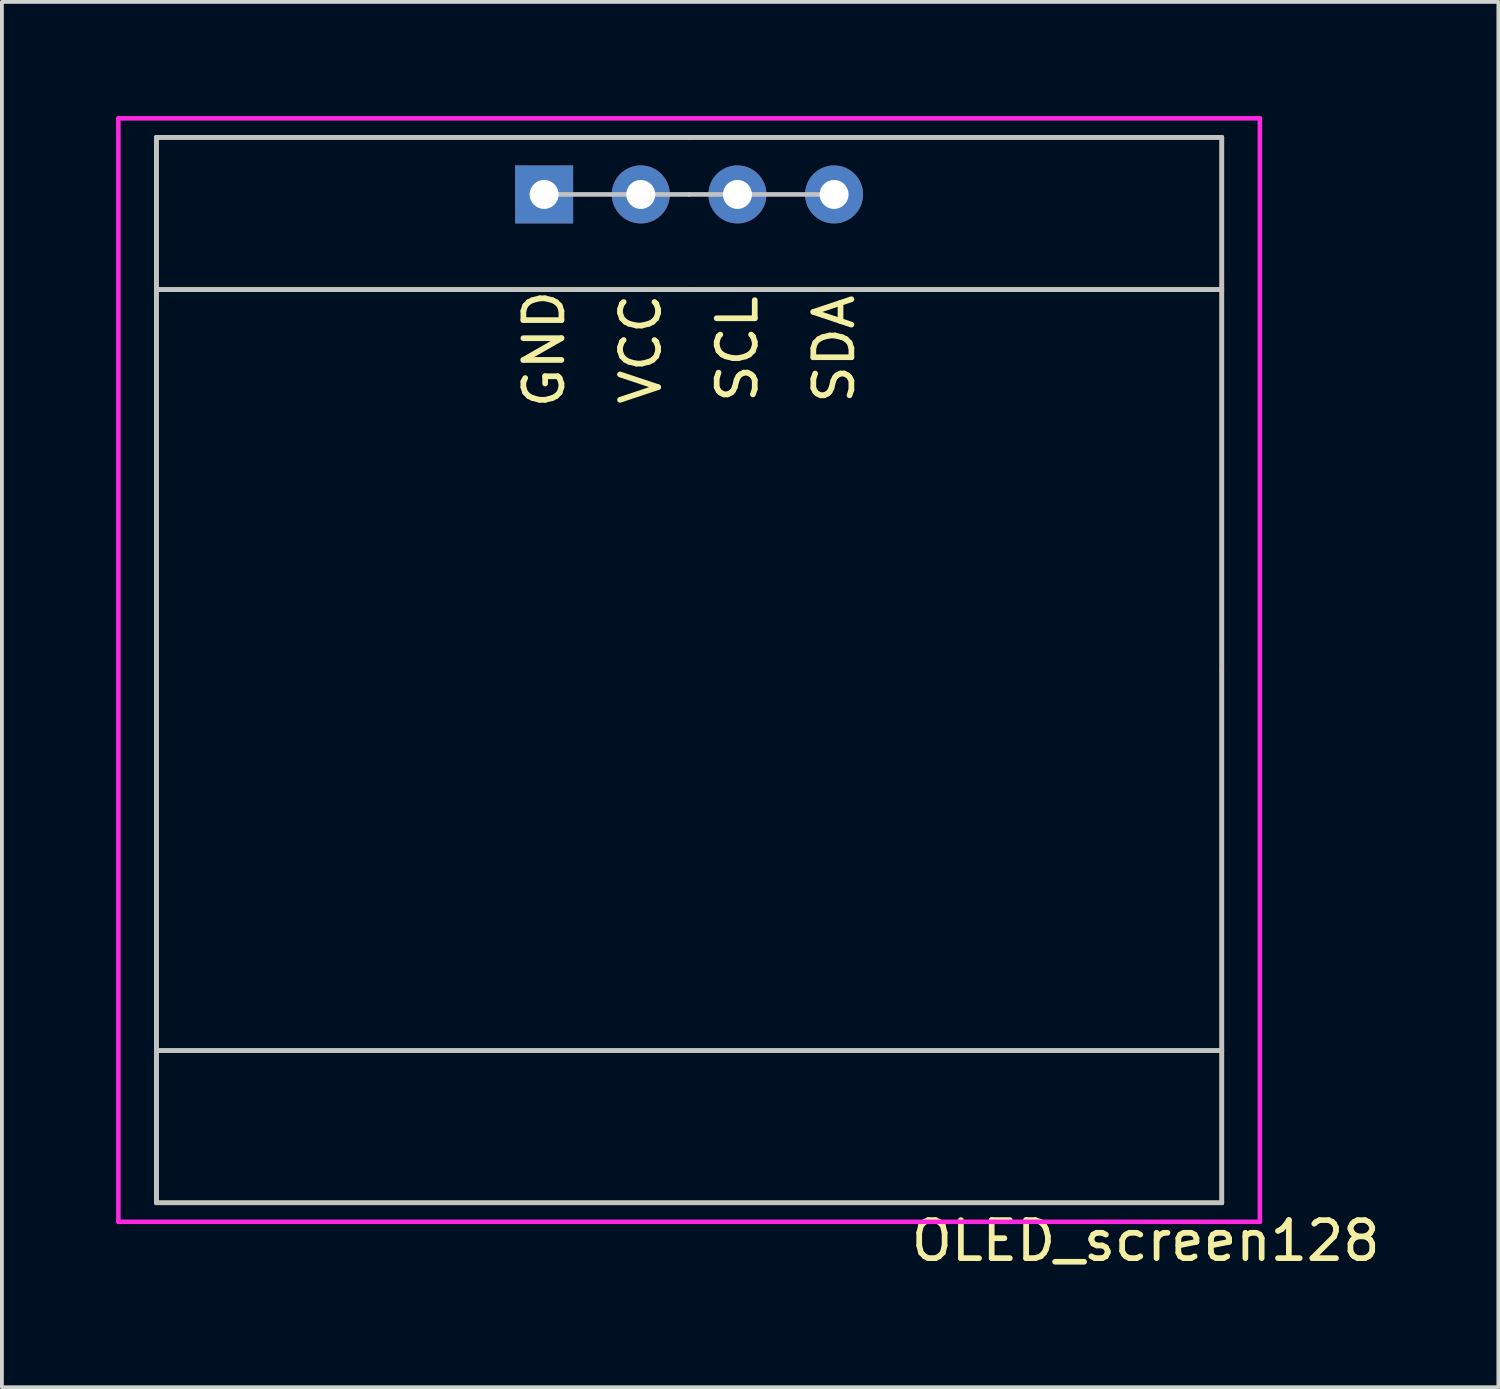
<source format=kicad_pcb>
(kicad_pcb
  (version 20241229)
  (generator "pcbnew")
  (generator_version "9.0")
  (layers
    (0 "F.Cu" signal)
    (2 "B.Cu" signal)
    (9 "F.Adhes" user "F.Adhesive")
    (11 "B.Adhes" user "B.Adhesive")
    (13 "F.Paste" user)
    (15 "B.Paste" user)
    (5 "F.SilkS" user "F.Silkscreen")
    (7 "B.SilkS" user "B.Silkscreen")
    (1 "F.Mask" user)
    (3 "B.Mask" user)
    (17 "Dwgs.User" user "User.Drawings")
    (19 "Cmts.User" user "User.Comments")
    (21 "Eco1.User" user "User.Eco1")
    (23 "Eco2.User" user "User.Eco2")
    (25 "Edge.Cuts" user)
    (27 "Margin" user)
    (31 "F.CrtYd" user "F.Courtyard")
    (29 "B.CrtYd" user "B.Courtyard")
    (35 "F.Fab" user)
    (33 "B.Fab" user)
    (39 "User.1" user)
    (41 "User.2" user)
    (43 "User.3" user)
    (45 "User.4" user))
  (footprint "OLED_screen128"
    (layer "F.Cu")
    (at 15.06 2.06)
    (property "Reference" "OLED_screen128" (at 12 27.5 0) (layer "F.SilkS") (effects (font (size 1 1) (thickness 0.15))))
    (attr through_hole)
    (fp_line (start -14 -1.5) (end -14 26.5) (stroke (width 0.12) (type solid)) (layer "F.SilkS"))
    (fp_line (start -14 -1.5) (end 14 -1.5) (stroke (width 0.12) (type solid)) (layer "F.SilkS"))
    (fp_line (start -14 2.5) (end 14 2.5) (stroke (width 0.12) (type solid)) (layer "F.SilkS"))
    (fp_line (start -14 22.5) (end 14 22.5) (stroke (width 0.12) (type solid)) (layer "F.SilkS"))
    (fp_line (start -14 26.5) (end 14 26.5) (stroke (width 0.12) (type solid)) (layer "F.SilkS"))
    (fp_line (start 14 -1.5) (end 14 26.5) (stroke (width 0.12) (type solid)) (layer "F.SilkS"))
    (fp_line (start -14 -1.5) (end 0 -1.5) (stroke (width 0.12) (type solid)) (layer "Dwgs.User"))
    (fp_line (start -14 22.5) (end 14 22.5) (stroke (width 0.12) (type solid)) (layer "Dwgs.User"))
    (fp_line (start -14 26.5) (end -14 -1.5) (stroke (width 0.12) (type solid)) (layer "Dwgs.User"))
    (fp_line (start -14 26.5) (end -14 22.5) (stroke (width 0.12) (type solid)) (layer "Dwgs.User"))
    (fp_line (start -1.27 0) (end -3.81 0) (stroke (width 0.12) (type solid)) (layer "Dwgs.User"))
    (fp_line (start 0 -1.5) (end 14 -1.5) (stroke (width 0.12) (type solid)) (layer "Dwgs.User"))
    (fp_line (start 0 0) (end -1.27 0) (stroke (width 0.12) (type solid)) (layer "Dwgs.User"))
    (fp_line (start 0 0) (end 1.27 0) (stroke (width 0.12) (type solid)) (layer "Dwgs.User"))
    (fp_line (start 0 2.5) (end -14 2.5) (stroke (width 0.12) (type solid)) (layer "Dwgs.User"))
    (fp_line (start 0 2.5) (end 14 2.5) (stroke (width 0.12) (type solid)) (layer "Dwgs.User"))
    (fp_line (start 1.27 0) (end 3.81 0) (stroke (width 0.12) (type solid)) (layer "Dwgs.User"))
    (fp_line (start 14 -1.5) (end 14 12.5) (stroke (width 0.12) (type solid)) (layer "Dwgs.User"))
    (fp_line (start 14 12.5) (end 14 26.5) (stroke (width 0.12) (type solid)) (layer "Dwgs.User"))
    (fp_line (start 14 26.5) (end -14 26.5) (stroke (width 0.12) (type solid)) (layer "Dwgs.User"))
    (fp_line (start -15 -2) (end 15 -2) (stroke (width 0.12) (type solid)) (layer "F.CrtYd"))
    (fp_line (start -15 27) (end -15 -2) (stroke (width 0.12) (type solid)) (layer "F.CrtYd"))
    (fp_line (start 15 -2) (end 15 27) (stroke (width 0.12) (type solid)) (layer "F.CrtYd"))
    (fp_line (start 15 27) (end -15 27) (stroke (width 0.12) (type solid)) (layer "F.CrtYd"))
    (fp_text user "SCL" (at 1.27 4.064 90) (layer "F.SilkS") (effects (font (size 1 1) (thickness 0.15))))
    (fp_text user "VCC" (at -1.27 4.064 90) (layer "F.SilkS") (effects (font (size 1 1) (thickness 0.15))))
    (fp_text user "GND" (at -3.81 4.064 90) (layer "F.SilkS") (effects (font (size 1 1) (thickness 0.15))))
    (fp_text user "SDA" (at 3.81 4.064 90) (layer "F.SilkS") (effects (font (size 1 1) (thickness 0.15))))
    (pad "1" thru_hole rect (at -3.81 0) (size 1.524 1.524) (drill 0.762) (layers "*.Cu" "*.Mask"))
    (pad "2" thru_hole circle (at -1.27 0) (size 1.524 1.524) (drill 0.762) (layers "*.Cu" "*.Mask"))
    (pad "3" thru_hole circle (at 1.27 0) (size 1.524 1.524) (drill 0.762) (layers "*.Cu" "*.Mask"))
    (pad "4" thru_hole circle (at 3.81 0) (size 1.524 1.524) (drill 0.762) (layers "*.Cu" "*.Mask")))
  (gr_rect
    (start -3 -3)
    (end 36.328 33.408)
    (stroke (width 0.1) (type default))
    (fill no)
    (layer "Edge.Cuts")))
</source>
